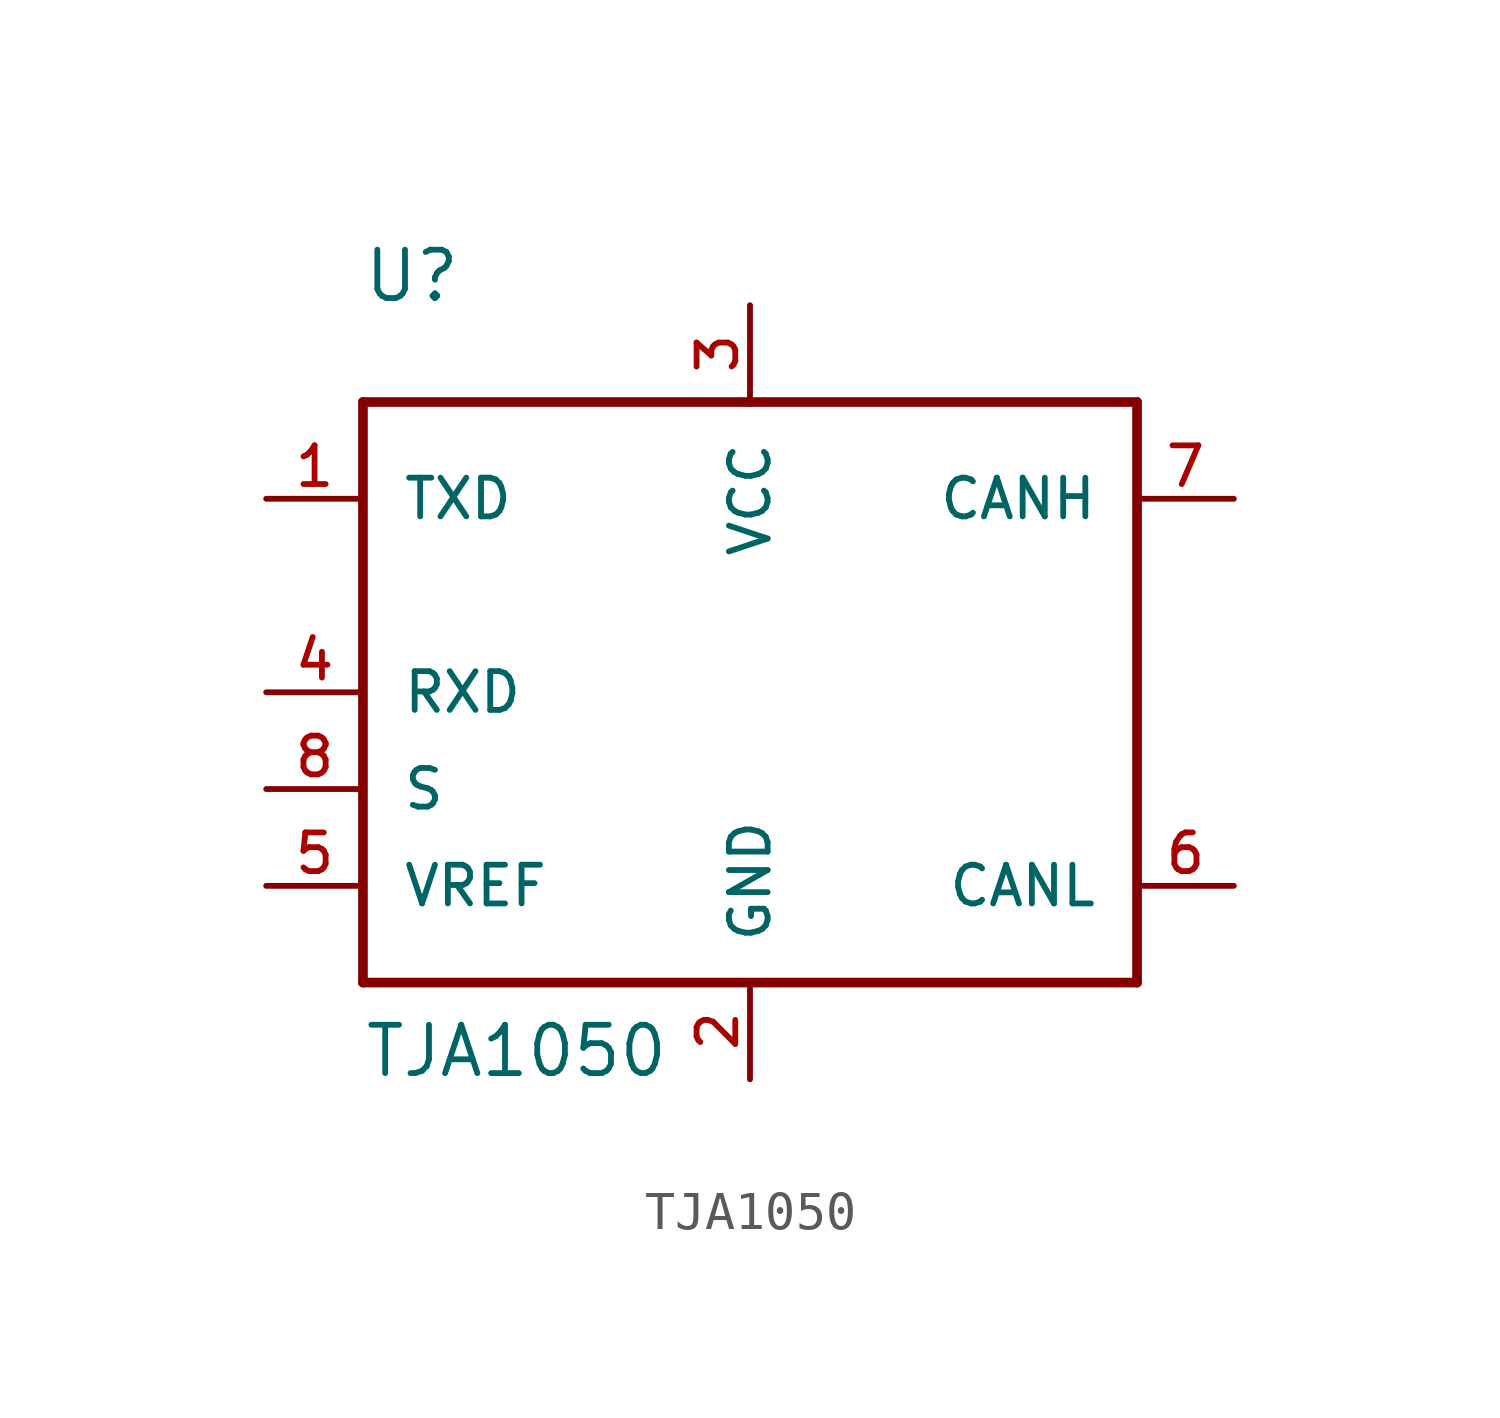
<source format=kicad_sym>
(kicad_symbol_lib
  (version 20211014)
  (generator kicad_symbol_editor)
  (symbol "TJA1050"
    (pin_names
      (offset 1.016))
    (property "Reference" "U"
      (at -10.185 10.185 0)
      (effects (font (size 1.27 1.27)) (justify left bottom)))
    (property "Value" "TJA1050"
      (at -10.16 -10.16 0)
      (effects (font (size 1.27 1.27)) (justify left bottom)))
    (property "ki_locked" ""
      (at 0 0 0)
      (effects (font (size 1.27 1.27))))
    (symbol "TJA1050_0_0"
      (polyline (pts (xy -10.16 -7.62) (xy 10.16 -7.62)) (stroke (width 0.254) (type default) (color 0 0 0 0)) (fill (type none)))
      (polyline (pts (xy -10.16 7.62) (xy -10.16 -7.62)) (stroke (width 0.254) (type default) (color 0 0 0 0)) (fill (type none)))
      (polyline (pts (xy 0 7.62) (xy -10.16 7.62)) (stroke (width 0.254) (type default) (color 0 0 0 0)) (fill (type none)))
      (polyline (pts (xy 10.16 -7.62) (xy 10.16 7.62)) (stroke (width 0.254) (type default) (color 0 0 0 0)) (fill (type none)))
      (polyline (pts (xy 10.16 7.62) (xy 0 7.62)) (stroke (width 0.254) (type default) (color 0 0 0 0)) (fill (type none)))
      (pin output line (at -12.7 5.08 0) (length 2.54) (name "TXD" (effects (font (size 1.016 1.016)))) (number "1" (effects (font (size 1.016 1.016)))))
      (pin bidirectional line (at 0 -10.16 90) (length 2.54) (name "GND" (effects (font (size 1.016 1.016)))) (number "2" (effects (font (size 1.016 1.016)))))
      (pin bidirectional line (at 0 10.16 270) (length 2.54) (name "VCC" (effects (font (size 1.016 1.016)))) (number "3" (effects (font (size 1.016 1.016)))))
      (pin bidirectional line (at -12.7 0 0) (length 2.54) (name "RXD" (effects (font (size 1.016 1.016)))) (number "4" (effects (font (size 1.016 1.016)))))
      (pin passive line (at -12.7 -5.08 0) (length 2.54) (name "VREF" (effects (font (size 1.016 1.016)))) (number "5" (effects (font (size 1.016 1.016)))))
      (pin bidirectional line (at 12.7 -5.08 180) (length 2.54) (name "CANL" (effects (font (size 1.016 1.016)))) (number "6" (effects (font (size 1.016 1.016)))))
      (pin bidirectional line (at 12.7 5.08 180) (length 2.54) (name "CANH" (effects (font (size 1.016 1.016)))) (number "7" (effects (font (size 1.016 1.016)))))
      (pin power_in line (at -12.7 -2.54 0) (length 2.54) (name "S" (effects (font (size 1.016 1.016)))) (number "8" (effects (font (size 1.016 1.016))))))))
</source>
